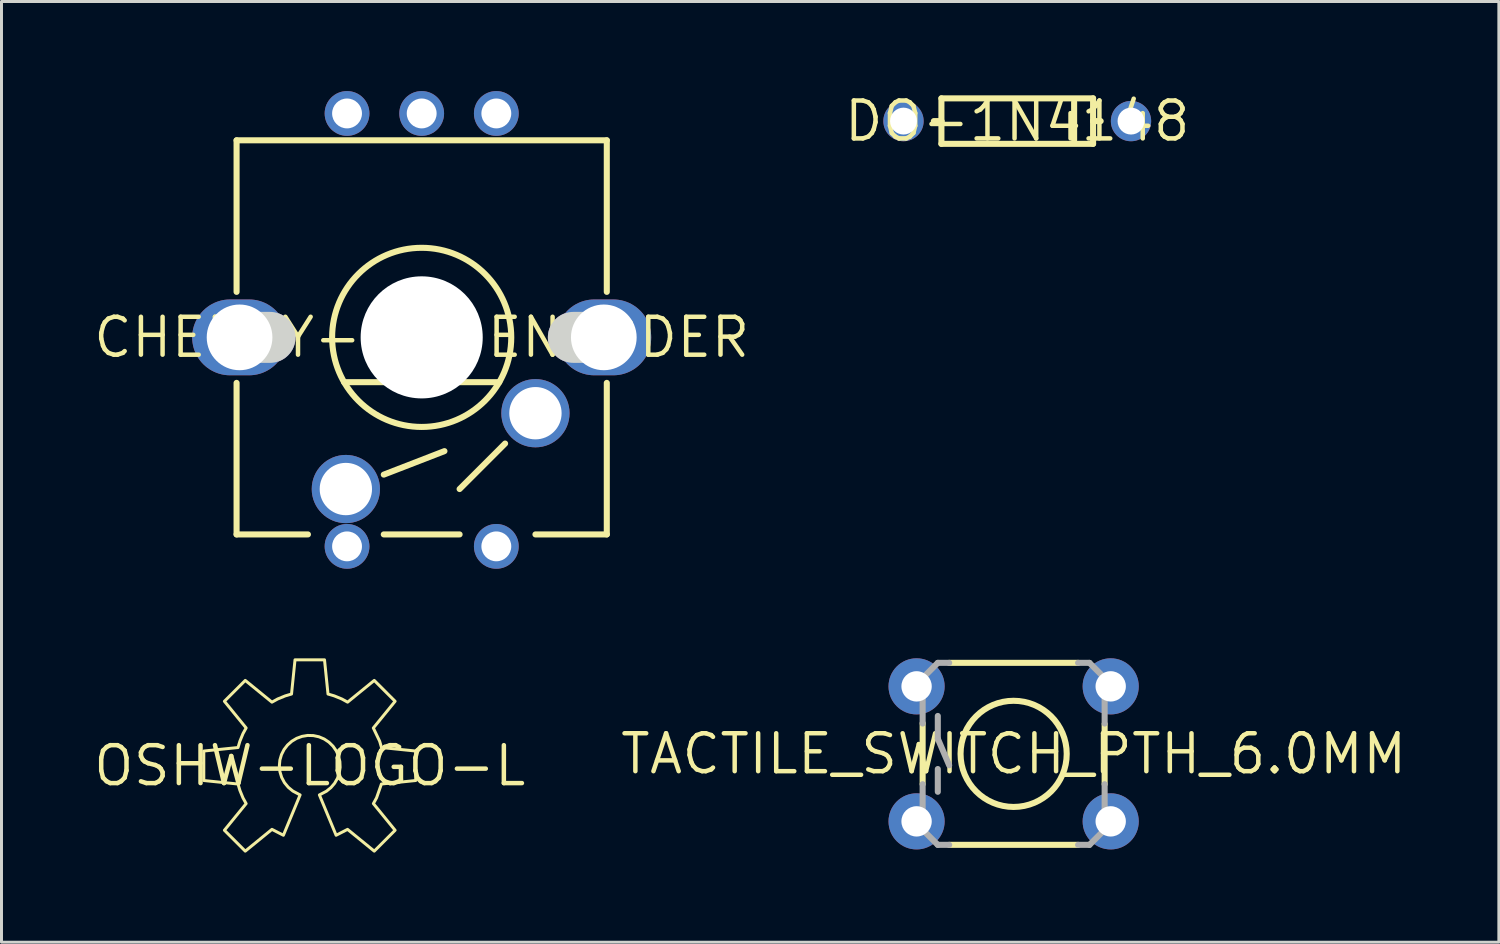
<source format=kicad_pcb>
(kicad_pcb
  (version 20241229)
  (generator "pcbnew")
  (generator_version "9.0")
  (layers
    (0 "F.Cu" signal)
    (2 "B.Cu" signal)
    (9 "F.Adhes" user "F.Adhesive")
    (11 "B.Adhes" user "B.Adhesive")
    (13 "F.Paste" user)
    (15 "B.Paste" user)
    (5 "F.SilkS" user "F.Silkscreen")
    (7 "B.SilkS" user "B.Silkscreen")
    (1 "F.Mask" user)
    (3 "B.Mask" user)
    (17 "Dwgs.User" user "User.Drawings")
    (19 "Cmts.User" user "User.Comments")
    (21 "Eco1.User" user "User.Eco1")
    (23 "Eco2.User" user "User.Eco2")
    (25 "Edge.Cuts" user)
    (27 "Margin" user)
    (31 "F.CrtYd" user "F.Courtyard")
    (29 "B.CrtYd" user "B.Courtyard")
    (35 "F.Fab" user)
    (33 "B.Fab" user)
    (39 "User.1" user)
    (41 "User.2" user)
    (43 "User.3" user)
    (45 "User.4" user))
  (footprint "TACTILE_SWITCH_PTH_6.0MM"
    (layer "F.Cu")
    (at 30.901 22.2)
    (property "Reference" "TACTILE_SWITCH_PTH_6.0MM" (at 0 0 0) (layer "F.SilkS") (effects (font (size 1.27 1.27) (thickness 0.15))))
    (fp_line (start -3.048 -1.028) (end -3.048 1.016) (stroke (width 0.203) (type solid)) (layer "F.SilkS"))
    (fp_line (start -2.159 3.048) (end 2.159 3.048) (stroke (width 0.203) (type solid)) (layer "F.SilkS"))
    (fp_line (start 2.159 -3.048) (end -2.159 -3.048) (stroke (width 0.203) (type solid)) (layer "F.SilkS"))
    (fp_line (start 3.048 -0.998) (end 3.048 1.016) (stroke (width 0.203) (type solid)) (layer "F.SilkS"))
    (fp_circle (center 0 0) (end 1.778 0) (stroke (width 0.203) (type solid)) (fill no) (layer "F.SilkS"))
    (fp_line (start -3.048 -2.54) (end -3.048 -1.016) (stroke (width 0.203) (type solid)) (layer "F.Fab"))
    (fp_line (start -3.048 2.54) (end -3.048 1.016) (stroke (width 0.203) (type solid)) (layer "F.Fab"))
    (fp_line (start -2.54 -3.048) (end -3.048 -2.54) (stroke (width 0.203) (type solid)) (layer "F.Fab"))
    (fp_line (start -2.54 -3.048) (end -2.159 -3.048) (stroke (width 0.203) (type solid)) (layer "F.Fab"))
    (fp_line (start -2.54 -1.27) (end -2.54 -0.508) (stroke (width 0.203) (type solid)) (layer "F.Fab"))
    (fp_line (start -2.54 -0.508) (end -2.159 0.381) (stroke (width 0.203) (type solid)) (layer "F.Fab"))
    (fp_line (start -2.54 0.508) (end -2.54 1.27) (stroke (width 0.203) (type solid)) (layer "F.Fab"))
    (fp_line (start -2.54 3.048) (end -3.048 2.54) (stroke (width 0.203) (type solid)) (layer "F.Fab"))
    (fp_line (start -2.54 3.048) (end -2.159 3.048) (stroke (width 0.203) (type solid)) (layer "F.Fab"))
    (fp_line (start 2.54 -3.048) (end 2.159 -3.048) (stroke (width 0.203) (type solid)) (layer "F.Fab"))
    (fp_line (start 2.54 3.048) (end 2.159 3.048) (stroke (width 0.203) (type solid)) (layer "F.Fab"))
    (fp_line (start 2.54 3.048) (end 3.048 2.54) (stroke (width 0.203) (type solid)) (layer "F.Fab"))
    (fp_line (start 3.048 -2.54) (end 2.54 -3.048) (stroke (width 0.203) (type solid)) (layer "F.Fab"))
    (fp_line (start 3.048 -1.016) (end 3.048 -2.54) (stroke (width 0.203) (type solid)) (layer "F.Fab"))
    (fp_line (start 3.048 2.54) (end 3.048 1.016) (stroke (width 0.203) (type solid)) (layer "F.Fab"))
    (pad "1" thru_hole circle (at -3.251 -2.261) (size 1.88 1.88) (drill 1.016) (layers "*.Cu" "*.Mask"))
    (pad "2" thru_hole circle (at 3.251 -2.261) (size 1.88 1.88) (drill 1.016) (layers "*.Cu" "*.Mask"))
    (pad "3" thru_hole circle (at -3.251 2.261) (size 1.88 1.88) (drill 1.016) (layers "*.Cu" "*.Mask"))
    (pad "4" thru_hole circle (at 3.251 2.261) (size 1.88 1.88) (drill 1.016) (layers "*.Cu" "*.Mask")))
  (footprint "OSHW-LOGO-L"
    (layer "F.Cu")
    (at 7.325 22.599)
    (property "Reference" "OSHW-LOGO-L" (at 0 0 0) (layer "F.SilkS") (effects (font (size 1.27 1.27) (thickness 0.15))))
    (fp_poly (pts (xy 0.611 -2.403) (xy 0.821 -2.341) (xy 1.075 -2.237) (xy 1.267 -2.131) (xy 2.16 -2.859) (xy 2.859 -2.16) (xy 2.129 -1.265) (xy 2.341 -0.823) (xy 2.403 -0.611) (xy 3.549 -0.494) (xy 3.549 0.494) (xy 2.4 0.611) (xy 2.238 1.073) (xy 2.131 1.267) (xy 2.859 2.16) (xy 2.16 2.859) (xy 1.266 2.13) (xy 0.883 2.327) (xy 0.323 0.976) (xy 0.559 0.852) (xy 0.708 0.732) (xy 0.832 0.587) (xy 0.927 0.422) (xy 0.989 0.241) (xy 1.017 0.052) (xy 1.009 -0.139) (xy 0.965 -0.325) (xy 0.888 -0.499) (xy 0.779 -0.656) (xy 0.643 -0.79) (xy 0.484 -0.896) (xy 0.308 -0.971) (xy 0.121 -1.011) (xy -0.07 -1.016) (xy -0.258 -0.985) (xy -0.437 -0.92) (xy -0.601 -0.822) (xy -0.744 -0.695) (xy -0.861 -0.544) (xy -0.947 -0.374) (xy -1.001 -0.19) (xy -1.018 -0.000157) (xy -0.999 0.199) (xy -0.941 0.39) (xy -0.847 0.566) (xy -0.72 0.72) (xy -0.566 0.847) (xy -0.323 0.976) (xy -0.883 2.327) (xy -1.266 2.13) (xy -2.16 2.859) (xy -2.859 2.16) (xy -2.131 1.267) (xy -2.237 1.075) (xy -2.341 0.821) (xy -2.403 0.611) (xy -3.549 0.494) (xy -3.549 -0.494) (xy -2.403 -0.611) (xy -2.341 -0.821) (xy -2.237 -1.075) (xy -2.131 -1.267) (xy -2.859 -2.16) (xy -2.16 -2.859) (xy -1.267 -2.131) (xy -1.075 -2.237) (xy -0.821 -2.341) (xy -0.611 -2.403) (xy -0.494 -3.549) (xy 0.494 -3.549)) (stroke (width 0.1) (type solid)) (fill no) (layer "F.SilkS")))
  (footprint "DO-1N4148"
    (layer "F.Cu")
    (at 31.022 1.006)
    (property "Reference" "DO-1N4148" (at 0 0 0) (layer "F.SilkS") (effects (font (size 1.27 1.27) (thickness 0.15))))
    (fp_line (start -2.54 -0.762) (end 2.54 -0.762) (stroke (width 0.203) (type solid)) (layer "F.SilkS"))
    (fp_line (start -2.54 0) (end -2.794 0) (stroke (width 0.203) (type solid)) (layer "F.SilkS"))
    (fp_line (start -2.54 0) (end -2.54 -0.762) (stroke (width 0.203) (type solid)) (layer "F.SilkS"))
    (fp_line (start -2.54 0.762) (end -2.54 0) (stroke (width 0.203) (type solid)) (layer "F.SilkS"))
    (fp_line (start 1.905 -0.635) (end 1.905 0.635) (stroke (width 0.203) (type solid)) (layer "F.SilkS"))
    (fp_line (start 2.54 -0.762) (end 2.54 0) (stroke (width 0.203) (type solid)) (layer "F.SilkS"))
    (fp_line (start 2.54 0) (end 2.54 0.762) (stroke (width 0.203) (type solid)) (layer "F.SilkS"))
    (fp_line (start 2.54 0) (end 2.794 0) (stroke (width 0.203) (type solid)) (layer "F.SilkS"))
    (fp_line (start 2.54 0.762) (end -2.54 0.762) (stroke (width 0.203) (type solid)) (layer "F.SilkS"))
    (pad "A" thru_hole circle (at -3.81 0) (size 1.35 1.35) (drill 0.9) (layers "*.Cu" "*.Mask"))
    (pad "C" thru_hole circle (at 3.81 0) (size 1.35 1.35) (drill 0.9) (layers "*.Cu" "*.Mask")))
  (footprint "CHERRY-MX-ENCODER"
    (layer "F.Cu")
    (at 11.074 8.25)
    (property "Reference" "CHERRY-MX-ENCODER" (at 0 0 0) (layer "F.SilkS") (effects (font (size 1.27 1.27) (thickness 0.15))))
    (fp_line (start -6.1 0) (end -5.08 0) (stroke (width 1.707) (type solid)) (layer "F.Cu"))
    (fp_line (start 6.1 0) (end 5.08 0) (stroke (width 1.707) (type solid)) (layer "F.Cu"))
    (fp_line (start -6.1 0) (end -5.08 0) (stroke (width 1.707) (type solid)) (layer "F.Mask"))
    (fp_line (start 6.1 0) (end 5.08 0) (stroke (width 1.707) (type solid)) (layer "F.Mask"))
    (fp_line (start -6.1 0) (end -5.08 0) (stroke (width 1.707) (type solid)) (layer "B.Cu"))
    (fp_line (start 6.1 0) (end 5.08 0) (stroke (width 1.707) (type solid)) (layer "B.Cu"))
    (fp_line (start -6.1 0) (end -5.08 0) (stroke (width 1.707) (type solid)) (layer "B.Mask"))
    (fp_line (start 6.1 0) (end 5.08 0) (stroke (width 1.707) (type solid)) (layer "B.Mask"))
    (fp_line (start -6.2 -6.6) (end -6.2 -1.524) (stroke (width 0.203) (type solid)) (layer "F.SilkS"))
    (fp_line (start -6.2 1.524) (end -6.2 6.6) (stroke (width 0.203) (type solid)) (layer "F.SilkS"))
    (fp_line (start -6.2 6.6) (end -3.81 6.6) (stroke (width 0.203) (type solid)) (layer "F.SilkS"))
    (fp_line (start -1.27 4.597) (end 0.762 3.81) (stroke (width 0.203) (type solid)) (layer "F.SilkS"))
    (fp_line (start -1.27 6.6) (end 1.27 6.6) (stroke (width 0.203) (type solid)) (layer "F.SilkS"))
    (fp_line (start 2.6 1.5) (end -2.6 1.5) (stroke (width 0.203) (type solid)) (layer "F.SilkS"))
    (fp_line (start 2.794 3.556) (end 1.27 5.08) (stroke (width 0.203) (type solid)) (layer "F.SilkS"))
    (fp_line (start 3.81 6.6) (end 6.2 6.6) (stroke (width 0.203) (type solid)) (layer "F.SilkS"))
    (fp_line (start 6.2 -6.6) (end -6.2 -6.6) (stroke (width 0.203) (type solid)) (layer "F.SilkS"))
    (fp_line (start 6.2 -6.6) (end 6.2 -1.524) (stroke (width 0.203) (type solid)) (layer "F.SilkS"))
    (fp_line (start 6.2 1.524) (end 6.2 6.6) (stroke (width 0.203) (type solid)) (layer "F.SilkS"))
    (fp_circle (center 0 0) (end 3 0) (stroke (width 0.203) (type solid)) (fill no) (layer "F.SilkS"))
    (fp_line (start -6.1 0) (end -5.08 0) (stroke (width 1.707) (type solid)) (layer "Edge.Cuts"))
    (fp_line (start 6.1 0) (end 5.08 0) (stroke (width 1.707) (type solid)) (layer "Edge.Cuts"))
    (pad "" np_thru_hole circle (at 0 0) (size 4.089 4.089) (drill 4.089) (layers "*.Cu" "*.Mask"))
    (pad "A" thru_hole circle (at 2.5 -7.5 180) (size 1.5 1.5) (drill 1) (layers "*.Cu" "*.Mask"))
    (pad "B" thru_hole circle (at -2.5 -7.5 180) (size 1.5 1.5) (drill 1) (layers "*.Cu" "*.Mask"))
    (pad "C" thru_hole circle (at 0 -7.5 180) (size 1.5 1.5) (drill 1) (layers "*.Cu" "*.Mask"))
    (pad "CASE1" thru_hole oval (at -6.1 0) (size 3.175 2.54) (drill 2.2) (layers "*.Cu" "*.Mask"))
    (pad "CASE2" thru_hole oval (at 6.1 0) (size 3.175 2.54) (drill 2.2) (layers "*.Cu" "*.Mask"))
    (pad "D" thru_hole circle (at 2.5 7 180) (size 1.5 1.5) (drill 1) (layers "*.Cu" "*.Mask"))
    (pad "E" thru_hole circle (at -2.5 7 180) (size 1.5 1.5) (drill 1) (layers "*.Cu" "*.Mask"))
    (pad "S1" thru_hole circle (at 3.81 2.54 180) (size 2.286 2.286) (drill 1.753) (layers "*.Cu" "*.Mask"))
    (pad "S2" thru_hole circle (at -2.54 5.08 180) (size 2.286 2.286) (drill 1.753) (layers "*.Cu" "*.Mask"))
    (zone (net_name "") (layer "F.Cu") (hatch edge 0.508) (connect_pads) (min_thickness 0.254) (filled_areas_thickness no) (keepout (tracks not_allowed) (vias not_allowed) (pads not_allowed) (copperpour not_allowed) (footprints allowed)) (placement (enabled no)) (fill) (polygon (pts (xy 7.074 8.25) (xy 7.058 8.063) (xy 7.009 7.881) (xy 6.929 7.71) (xy 6.821 7.556) (xy 6.688 7.423) (xy 6.534 7.315) (xy 6.364 7.236) (xy 6.182 7.187) (xy 5.994 7.17) (xy 5.807 7.187) (xy 5.625 7.236) (xy 5.455 7.315) (xy 5.301 7.423) (xy 5.167 7.556) (xy 5.06 7.71) (xy 4.98 7.881) (xy 4.931 8.063) (xy 4.915 8.25) (xy 4.931 8.437) (xy 4.98 8.619) (xy 5.06 8.79) (xy 5.167 8.944) (xy 5.301 9.077) (xy 5.455 9.185) (xy 5.625 9.264) (xy 5.807 9.313) (xy 5.994 9.329) (xy 6.182 9.313) (xy 6.364 9.264) (xy 6.534 9.185) (xy 6.688 9.077) (xy 6.821 8.944) (xy 6.929 8.79) (xy 7.009 8.619) (xy 7.058 8.437))) (polygon (pts (xy 6.947 8.25) (xy 6.932 8.085) (xy 6.889 7.924) (xy 6.819 7.774) (xy 6.724 7.638) (xy 6.607 7.52) (xy 6.471 7.425) (xy 6.32 7.355) (xy 6.16 7.312) (xy 5.994 7.298) (xy 5.829 7.312) (xy 5.669 7.355) (xy 5.518 7.425) (xy 5.382 7.52) (xy 5.265 7.638) (xy 5.17 7.774) (xy 5.099 7.924) (xy 5.056 8.085) (xy 5.042 8.25) (xy 5.056 8.415) (xy 5.099 8.576) (xy 5.17 8.726) (xy 5.265 8.862) (xy 5.382 8.98) (xy 5.518 9.075) (xy 5.669 9.145) (xy 5.829 9.188) (xy 5.994 9.203) (xy 6.16 9.188) (xy 6.32 9.145) (xy 6.471 9.075) (xy 6.607 8.98) (xy 6.724 8.862) (xy 6.819 8.726) (xy 6.889 8.576) (xy 6.932 8.415))))
    (zone (net_name "") (layer "F.Cu") (hatch edge 0.508) (connect_pads) (min_thickness 0.254) (filled_areas_thickness no) (keepout (tracks not_allowed) (vias not_allowed) (pads not_allowed) (copperpour not_allowed) (footprints allowed)) (placement (enabled no)) (fill) (polygon (pts (xy 17.234 8.25) (xy 17.218 8.063) (xy 17.169 7.881) (xy 17.089 7.71) (xy 16.981 7.556) (xy 16.848 7.423) (xy 16.694 7.315) (xy 16.524 7.236) (xy 16.342 7.187) (xy 16.154 7.17) (xy 15.967 7.187) (xy 15.785 7.236) (xy 15.615 7.315) (xy 15.461 7.423) (xy 15.327 7.556) (xy 15.22 7.71) (xy 15.14 7.881) (xy 15.091 8.063) (xy 15.075 8.25) (xy 15.091 8.437) (xy 15.14 8.619) (xy 15.22 8.79) (xy 15.327 8.944) (xy 15.461 9.077) (xy 15.615 9.185) (xy 15.785 9.264) (xy 15.967 9.313) (xy 16.154 9.329) (xy 16.342 9.313) (xy 16.524 9.264) (xy 16.694 9.185) (xy 16.848 9.077) (xy 16.981 8.944) (xy 17.089 8.79) (xy 17.169 8.619) (xy 17.218 8.437))) (polygon (pts (xy 17.107 8.25) (xy 17.092 8.085) (xy 17.049 7.924) (xy 16.979 7.774) (xy 16.884 7.638) (xy 16.767 7.52) (xy 16.631 7.425) (xy 16.48 7.355) (xy 16.32 7.312) (xy 16.154 7.298) (xy 15.989 7.312) (xy 15.829 7.355) (xy 15.678 7.425) (xy 15.542 7.52) (xy 15.425 7.638) (xy 15.33 7.774) (xy 15.259 7.924) (xy 15.216 8.085) (xy 15.202 8.25) (xy 15.216 8.415) (xy 15.259 8.576) (xy 15.33 8.726) (xy 15.425 8.862) (xy 15.542 8.98) (xy 15.678 9.075) (xy 15.829 9.145) (xy 15.989 9.188) (xy 16.154 9.203) (xy 16.32 9.188) (xy 16.48 9.145) (xy 16.631 9.075) (xy 16.767 8.98) (xy 16.884 8.862) (xy 16.979 8.726) (xy 17.049 8.576) (xy 17.092 8.415))))
    (zone (net_name "") (layer "B.Cu") (hatch edge 0.508) (connect_pads) (min_thickness 0.254) (filled_areas_thickness no) (keepout (tracks not_allowed) (vias not_allowed) (pads not_allowed) (copperpour not_allowed) (footprints allowed)) (placement (enabled no)) (fill) (polygon (pts (xy 7.074 8.25) (xy 7.058 8.063) (xy 7.009 7.881) (xy 6.929 7.71) (xy 6.821 7.556) (xy 6.688 7.423) (xy 6.534 7.315) (xy 6.364 7.236) (xy 6.182 7.187) (xy 5.994 7.17) (xy 5.807 7.187) (xy 5.625 7.236) (xy 5.455 7.315) (xy 5.301 7.423) (xy 5.167 7.556) (xy 5.06 7.71) (xy 4.98 7.881) (xy 4.931 8.063) (xy 4.915 8.25) (xy 4.931 8.437) (xy 4.98 8.619) (xy 5.06 8.79) (xy 5.167 8.944) (xy 5.301 9.077) (xy 5.455 9.185) (xy 5.625 9.264) (xy 5.807 9.313) (xy 5.994 9.329) (xy 6.182 9.313) (xy 6.364 9.264) (xy 6.534 9.185) (xy 6.688 9.077) (xy 6.821 8.944) (xy 6.929 8.79) (xy 7.009 8.619) (xy 7.058 8.437))) (polygon (pts (xy 6.947 8.25) (xy 6.932 8.085) (xy 6.889 7.924) (xy 6.819 7.774) (xy 6.724 7.638) (xy 6.607 7.52) (xy 6.471 7.425) (xy 6.32 7.355) (xy 6.16 7.312) (xy 5.994 7.298) (xy 5.829 7.312) (xy 5.669 7.355) (xy 5.518 7.425) (xy 5.382 7.52) (xy 5.265 7.638) (xy 5.17 7.774) (xy 5.099 7.924) (xy 5.056 8.085) (xy 5.042 8.25) (xy 5.056 8.415) (xy 5.099 8.576) (xy 5.17 8.726) (xy 5.265 8.862) (xy 5.382 8.98) (xy 5.518 9.075) (xy 5.669 9.145) (xy 5.829 9.188) (xy 5.994 9.203) (xy 6.16 9.188) (xy 6.32 9.145) (xy 6.471 9.075) (xy 6.607 8.98) (xy 6.724 8.862) (xy 6.819 8.726) (xy 6.889 8.576) (xy 6.932 8.415))))
    (zone (net_name "") (layer "B.Cu") (hatch edge 0.508) (connect_pads) (min_thickness 0.254) (filled_areas_thickness no) (keepout (tracks not_allowed) (vias not_allowed) (pads not_allowed) (copperpour not_allowed) (footprints allowed)) (placement (enabled no)) (fill) (polygon (pts (xy 17.234 8.25) (xy 17.218 8.063) (xy 17.169 7.881) (xy 17.089 7.71) (xy 16.981 7.556) (xy 16.848 7.423) (xy 16.694 7.315) (xy 16.524 7.236) (xy 16.342 7.187) (xy 16.154 7.17) (xy 15.967 7.187) (xy 15.785 7.236) (xy 15.615 7.315) (xy 15.461 7.423) (xy 15.327 7.556) (xy 15.22 7.71) (xy 15.14 7.881) (xy 15.091 8.063) (xy 15.075 8.25) (xy 15.091 8.437) (xy 15.14 8.619) (xy 15.22 8.79) (xy 15.327 8.944) (xy 15.461 9.077) (xy 15.615 9.185) (xy 15.785 9.264) (xy 15.967 9.313) (xy 16.154 9.329) (xy 16.342 9.313) (xy 16.524 9.264) (xy 16.694 9.185) (xy 16.848 9.077) (xy 16.981 8.944) (xy 17.089 8.79) (xy 17.169 8.619) (xy 17.218 8.437))) (polygon (pts (xy 17.107 8.25) (xy 17.092 8.085) (xy 17.049 7.924) (xy 16.979 7.774) (xy 16.884 7.638) (xy 16.767 7.52) (xy 16.631 7.425) (xy 16.48 7.355) (xy 16.32 7.312) (xy 16.154 7.298) (xy 15.989 7.312) (xy 15.829 7.355) (xy 15.678 7.425) (xy 15.542 7.52) (xy 15.425 7.638) (xy 15.33 7.774) (xy 15.259 7.924) (xy 15.216 8.085) (xy 15.202 8.25) (xy 15.216 8.415) (xy 15.259 8.576) (xy 15.33 8.726) (xy 15.425 8.862) (xy 15.542 8.98) (xy 15.678 9.075) (xy 15.829 9.145) (xy 15.989 9.188) (xy 16.154 9.203) (xy 16.32 9.188) (xy 16.48 9.145) (xy 16.631 9.075) (xy 16.767 8.98) (xy 16.884 8.862) (xy 16.979 8.726) (xy 17.049 8.576) (xy 17.092 8.415)))))
  (gr_rect
    (start -3 -3)
    (end 47.153 28.508)
    (stroke (width 0.1) (type default))
    (fill no)
    (layer "Edge.Cuts")))
</source>
